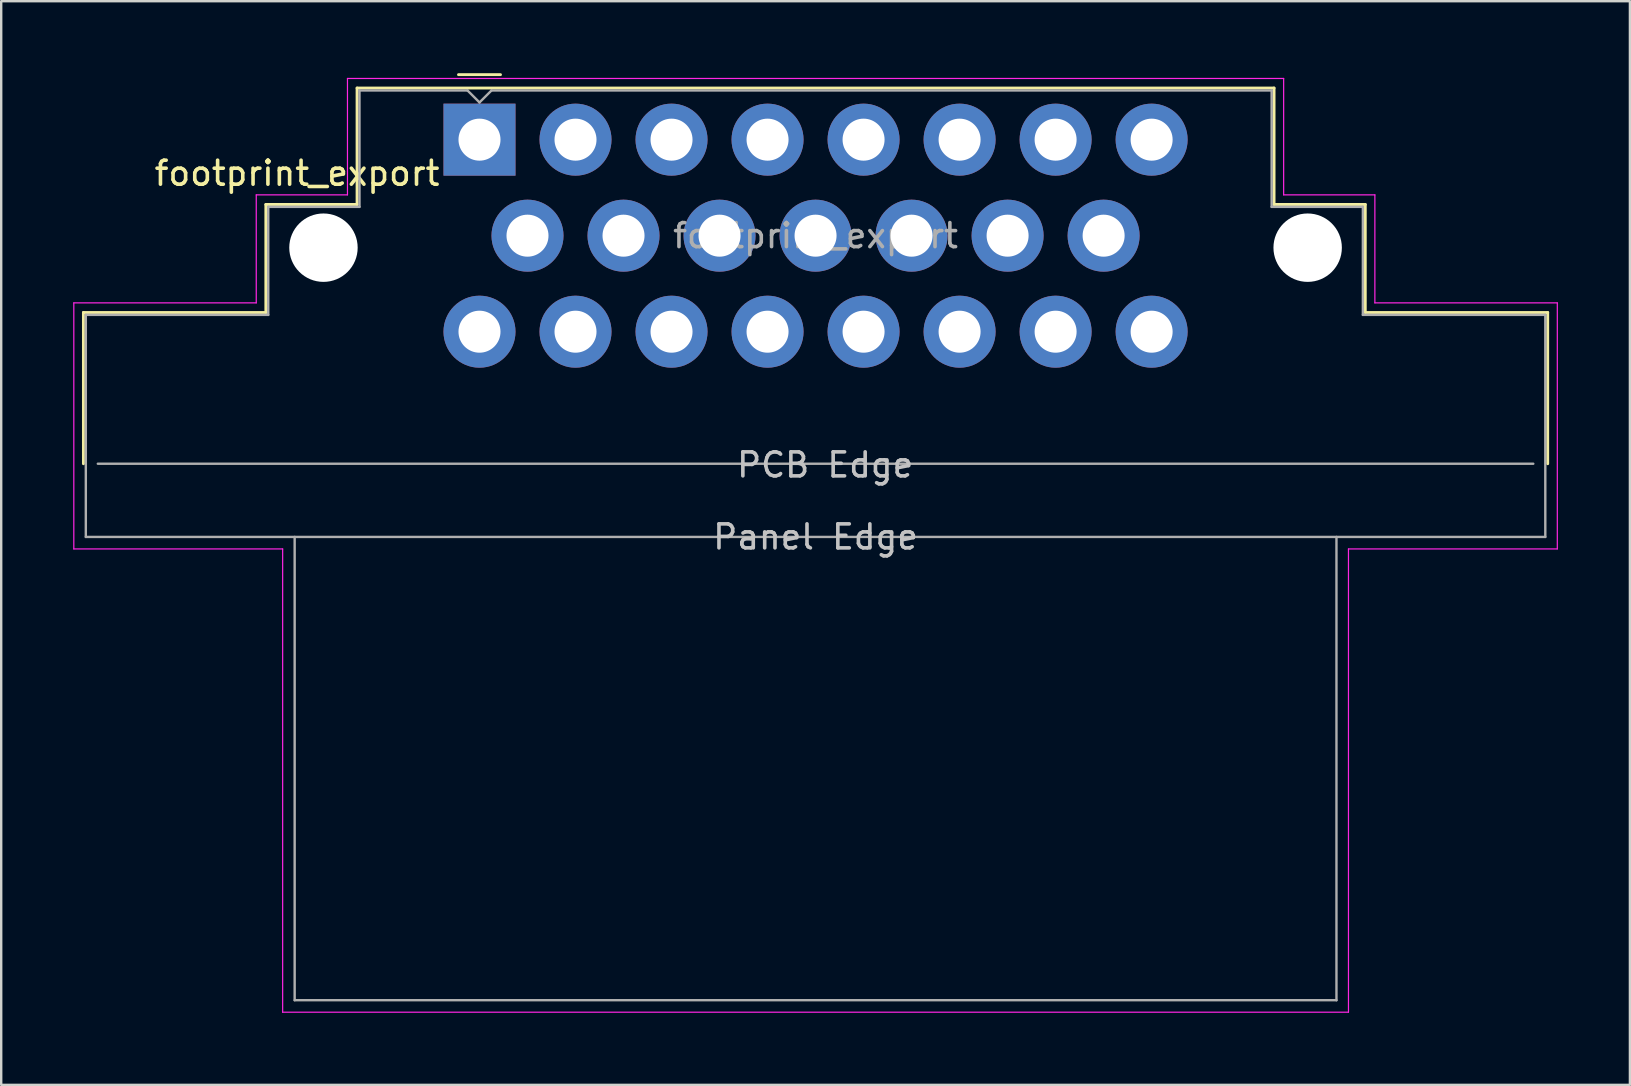
<source format=kicad_pcb>
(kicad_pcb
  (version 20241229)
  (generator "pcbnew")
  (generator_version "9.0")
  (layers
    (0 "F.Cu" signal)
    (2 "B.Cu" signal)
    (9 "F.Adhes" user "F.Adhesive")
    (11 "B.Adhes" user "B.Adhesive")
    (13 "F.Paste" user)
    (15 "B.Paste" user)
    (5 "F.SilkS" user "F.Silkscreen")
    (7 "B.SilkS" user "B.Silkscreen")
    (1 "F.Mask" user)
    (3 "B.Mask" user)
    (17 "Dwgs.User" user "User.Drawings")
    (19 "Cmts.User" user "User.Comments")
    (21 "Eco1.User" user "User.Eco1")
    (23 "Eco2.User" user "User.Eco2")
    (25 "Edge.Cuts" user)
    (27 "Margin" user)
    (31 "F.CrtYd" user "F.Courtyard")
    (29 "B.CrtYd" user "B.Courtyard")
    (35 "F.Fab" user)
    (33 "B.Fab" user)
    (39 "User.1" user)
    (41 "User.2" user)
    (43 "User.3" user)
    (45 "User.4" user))
  (footprint "footprint_export"
    (layer "F.Cu")
    (at 16.925 2.768)
    (property "Reference" "footprint_export" (at -7.6 1.4 0) (layer "F.SilkS") (effects (font (size 1 1) (thickness 0.15))))
    (attr through_hole)
    (fp_line (start -16.5 7.2) (end -8.9 7.2) (stroke (width 0.12) (type solid)) (layer "F.SilkS"))
    (fp_line (start -16.5 13.5) (end -16.5 7.2) (stroke (width 0.12) (type solid)) (layer "F.SilkS"))
    (fp_line (start -8.9 2.7) (end -5.1 2.7) (stroke (width 0.12) (type solid)) (layer "F.SilkS"))
    (fp_line (start -8.9 7.2) (end -8.9 2.7) (stroke (width 0.12) (type solid)) (layer "F.SilkS"))
    (fp_line (start -5.1 -2.15) (end 33.1 -2.15) (stroke (width 0.12) (type solid)) (layer "F.SilkS"))
    (fp_line (start -5.1 2.7) (end -5.1 -2.15) (stroke (width 0.12) (type solid)) (layer "F.SilkS"))
    (fp_line (start -0.875 -2.708) (end 0.875 -2.708) (stroke (width 0.12) (type solid)) (layer "F.SilkS"))
    (fp_line (start 33.1 -2.15) (end 33.1 2.7) (stroke (width 0.12) (type solid)) (layer "F.SilkS"))
    (fp_line (start 33.1 2.7) (end 36.9 2.7) (stroke (width 0.12) (type solid)) (layer "F.SilkS"))
    (fp_line (start 36.9 2.7) (end 36.9 7.2) (stroke (width 0.12) (type solid)) (layer "F.SilkS"))
    (fp_line (start 36.9 7.2) (end 44.5 7.2) (stroke (width 0.12) (type solid)) (layer "F.SilkS"))
    (fp_line (start 44.5 7.2) (end 44.5 13.5) (stroke (width 0.12) (type solid)) (layer "F.SilkS"))
    (fp_line (start -16.9 6.8) (end -9.3 6.8) (stroke (width 0.05) (type solid)) (layer "F.CrtYd"))
    (fp_line (start -16.9 17.05) (end -16.9 6.8) (stroke (width 0.05) (type solid)) (layer "F.CrtYd"))
    (fp_line (start -16.9 17.05) (end -8.2 17.05) (stroke (width 0.05) (type solid)) (layer "F.CrtYd"))
    (fp_line (start -9.3 2.3) (end -5.5 2.3) (stroke (width 0.05) (type solid)) (layer "F.CrtYd"))
    (fp_line (start -9.3 6.8) (end -9.3 2.3) (stroke (width 0.05) (type solid)) (layer "F.CrtYd"))
    (fp_line (start -8.2 17.05) (end -8.2 36.35) (stroke (width 0.05) (type solid)) (layer "F.CrtYd"))
    (fp_line (start -8.2 36.35) (end 36.2 36.35) (stroke (width 0.05) (type solid)) (layer "F.CrtYd"))
    (fp_line (start -5.5 -2.55) (end 33.5 -2.55) (stroke (width 0.05) (type solid)) (layer "F.CrtYd"))
    (fp_line (start -5.5 2.3) (end -5.5 -2.55) (stroke (width 0.05) (type solid)) (layer "F.CrtYd"))
    (fp_line (start 33.5 -2.55) (end 33.5 2.3) (stroke (width 0.05) (type solid)) (layer "F.CrtYd"))
    (fp_line (start 33.5 2.3) (end 37.3 2.3) (stroke (width 0.05) (type solid)) (layer "F.CrtYd"))
    (fp_line (start 36.2 17.05) (end 44.9 17.05) (stroke (width 0.05) (type solid)) (layer "F.CrtYd"))
    (fp_line (start 36.2 36.35) (end 36.2 17.05) (stroke (width 0.05) (type solid)) (layer "F.CrtYd"))
    (fp_line (start 37.3 2.3) (end 37.3 6.8) (stroke (width 0.05) (type solid)) (layer "F.CrtYd"))
    (fp_line (start 37.3 6.8) (end 44.9 6.8) (stroke (width 0.05) (type solid)) (layer "F.CrtYd"))
    (fp_line (start 44.9 6.8) (end 44.9 17.05) (stroke (width 0.05) (type solid)) (layer "F.CrtYd"))
    (fp_line (start -16.4 16.55) (end -16.4 7.3) (stroke (width 0.1) (type solid)) (layer "F.Fab"))
    (fp_line (start -16.4 16.55) (end 44.4 16.55) (stroke (width 0.1) (type solid)) (layer "F.Fab"))
    (fp_line (start -15.9 13.5) (end 43.9 13.5) (stroke (width 0.1) (type solid)) (layer "F.Fab"))
    (fp_line (start -8.8 2.8) (end -8.8 7.3) (stroke (width 0.1) (type solid)) (layer "F.Fab"))
    (fp_line (start -8.8 2.8) (end -5 2.8) (stroke (width 0.1) (type solid)) (layer "F.Fab"))
    (fp_line (start -8.8 7.3) (end -16.4 7.3) (stroke (width 0.1) (type solid)) (layer "F.Fab"))
    (fp_line (start -7.7 16.55) (end -7.7 35.85) (stroke (width 0.1) (type solid)) (layer "F.Fab"))
    (fp_line (start -7.7 35.85) (end 35.7 35.85) (stroke (width 0.1) (type solid)) (layer "F.Fab"))
    (fp_line (start -5 -2.05) (end -5 2.8) (stroke (width 0.1) (type solid)) (layer "F.Fab"))
    (fp_line (start -0.5 -2.05) (end -5 -2.05) (stroke (width 0.1) (type solid)) (layer "F.Fab"))
    (fp_line (start 0 -1.55) (end -0.5 -2.05) (stroke (width 0.1) (type solid)) (layer "F.Fab"))
    (fp_line (start 0 -1.55) (end 0.5 -2.05) (stroke (width 0.1) (type solid)) (layer "F.Fab"))
    (fp_line (start 0.5 -2.05) (end 33 -2.05) (stroke (width 0.1) (type solid)) (layer "F.Fab"))
    (fp_line (start 33 -2.05) (end 33 2.8) (stroke (width 0.1) (type solid)) (layer "F.Fab"))
    (fp_line (start 33 2.8) (end 36.8 2.8) (stroke (width 0.1) (type solid)) (layer "F.Fab"))
    (fp_line (start 35.7 35.85) (end 35.7 16.55) (stroke (width 0.1) (type solid)) (layer "F.Fab"))
    (fp_line (start 36.8 2.8) (end 36.8 7.3) (stroke (width 0.1) (type solid)) (layer "F.Fab"))
    (fp_line (start 36.8 7.3) (end 44.4 7.3) (stroke (width 0.1) (type solid)) (layer "F.Fab"))
    (fp_line (start 44.4 7.3) (end 44.4 16.55) (stroke (width 0.1) (type solid)) (layer "F.Fab"))
    (fp_text user "Panel Edge" (at 14 16.55 0) (layer "Dwgs.User") (effects (font (size 1 1) (thickness 0.15))))
    (fp_text user "PCB Edge" (at 14.4 13.55 0) (layer "Dwgs.User") (effects (font (size 1 1) (thickness 0.15))))
    (fp_text user "${REFERENCE}" (at 14 4 0) (layer "F.Fab") (effects (font (size 1 1) (thickness 0.15))))
    (pad "" np_thru_hole circle (at -6.5 4.5) (size 2.85 2.85) (drill 2.85) (layers "*.Cu"))
    (pad "" np_thru_hole circle (at 34.5 4.5) (size 2.85 2.85) (drill 2.85) (layers "*.Cu"))
    (pad "1" thru_hole rect (at 0 0) (size 3 3) (drill 1.75) (layers "*.Cu" "*.Mask"))
    (pad "2" thru_hole circle (at 4 0) (size 3 3) (drill 1.75) (layers "*.Cu" "*.Mask"))
    (pad "3" thru_hole circle (at 8 0) (size 3 3) (drill 1.75) (layers "*.Cu" "*.Mask"))
    (pad "4" thru_hole circle (at 12 0) (size 3 3) (drill 1.75) (layers "*.Cu" "*.Mask"))
    (pad "5" thru_hole circle (at 16 0) (size 3 3) (drill 1.75) (layers "*.Cu" "*.Mask"))
    (pad "6" thru_hole circle (at 20 0) (size 3 3) (drill 1.75) (layers "*.Cu" "*.Mask"))
    (pad "7" thru_hole circle (at 24 0) (size 3 3) (drill 1.75) (layers "*.Cu" "*.Mask"))
    (pad "8" thru_hole circle (at 28 0) (size 3 3) (drill 1.75) (layers "*.Cu" "*.Mask"))
    (pad "9" thru_hole circle (at 2 4) (size 3 3) (drill 1.75) (layers "*.Cu" "*.Mask"))
    (pad "10" thru_hole circle (at 6 4) (size 3 3) (drill 1.75) (layers "*.Cu" "*.Mask"))
    (pad "11" thru_hole circle (at 10 4) (size 3 3) (drill 1.75) (layers "*.Cu" "*.Mask"))
    (pad "12" thru_hole circle (at 14 4) (size 3 3) (drill 1.75) (layers "*.Cu" "*.Mask"))
    (pad "13" thru_hole circle (at 18 4) (size 3 3) (drill 1.75) (layers "*.Cu" "*.Mask"))
    (pad "14" thru_hole circle (at 22 4) (size 3 3) (drill 1.75) (layers "*.Cu" "*.Mask"))
    (pad "15" thru_hole circle (at 26 4) (size 3 3) (drill 1.75) (layers "*.Cu" "*.Mask"))
    (pad "16" thru_hole circle (at 0 8) (size 3 3) (drill 1.75) (layers "*.Cu" "*.Mask"))
    (pad "17" thru_hole circle (at 4 8) (size 3 3) (drill 1.75) (layers "*.Cu" "*.Mask"))
    (pad "18" thru_hole circle (at 8 8) (size 3 3) (drill 1.75) (layers "*.Cu" "*.Mask"))
    (pad "19" thru_hole circle (at 12 8) (size 3 3) (drill 1.75) (layers "*.Cu" "*.Mask"))
    (pad "20" thru_hole circle (at 16 8) (size 3 3) (drill 1.75) (layers "*.Cu" "*.Mask"))
    (pad "21" thru_hole circle (at 20 8) (size 3 3) (drill 1.75) (layers "*.Cu" "*.Mask"))
    (pad "22" thru_hole circle (at 24 8) (size 3 3) (drill 1.75) (layers "*.Cu" "*.Mask"))
    (pad "23" thru_hole circle (at 28 8) (size 3 3) (drill 1.75) (layers "*.Cu" "*.Mask")))
  (gr_rect
    (start -3 -3)
    (end 64.85 42.143)
    (stroke (width 0.1) (type default))
    (fill no)
    (layer "Edge.Cuts")))
</source>
